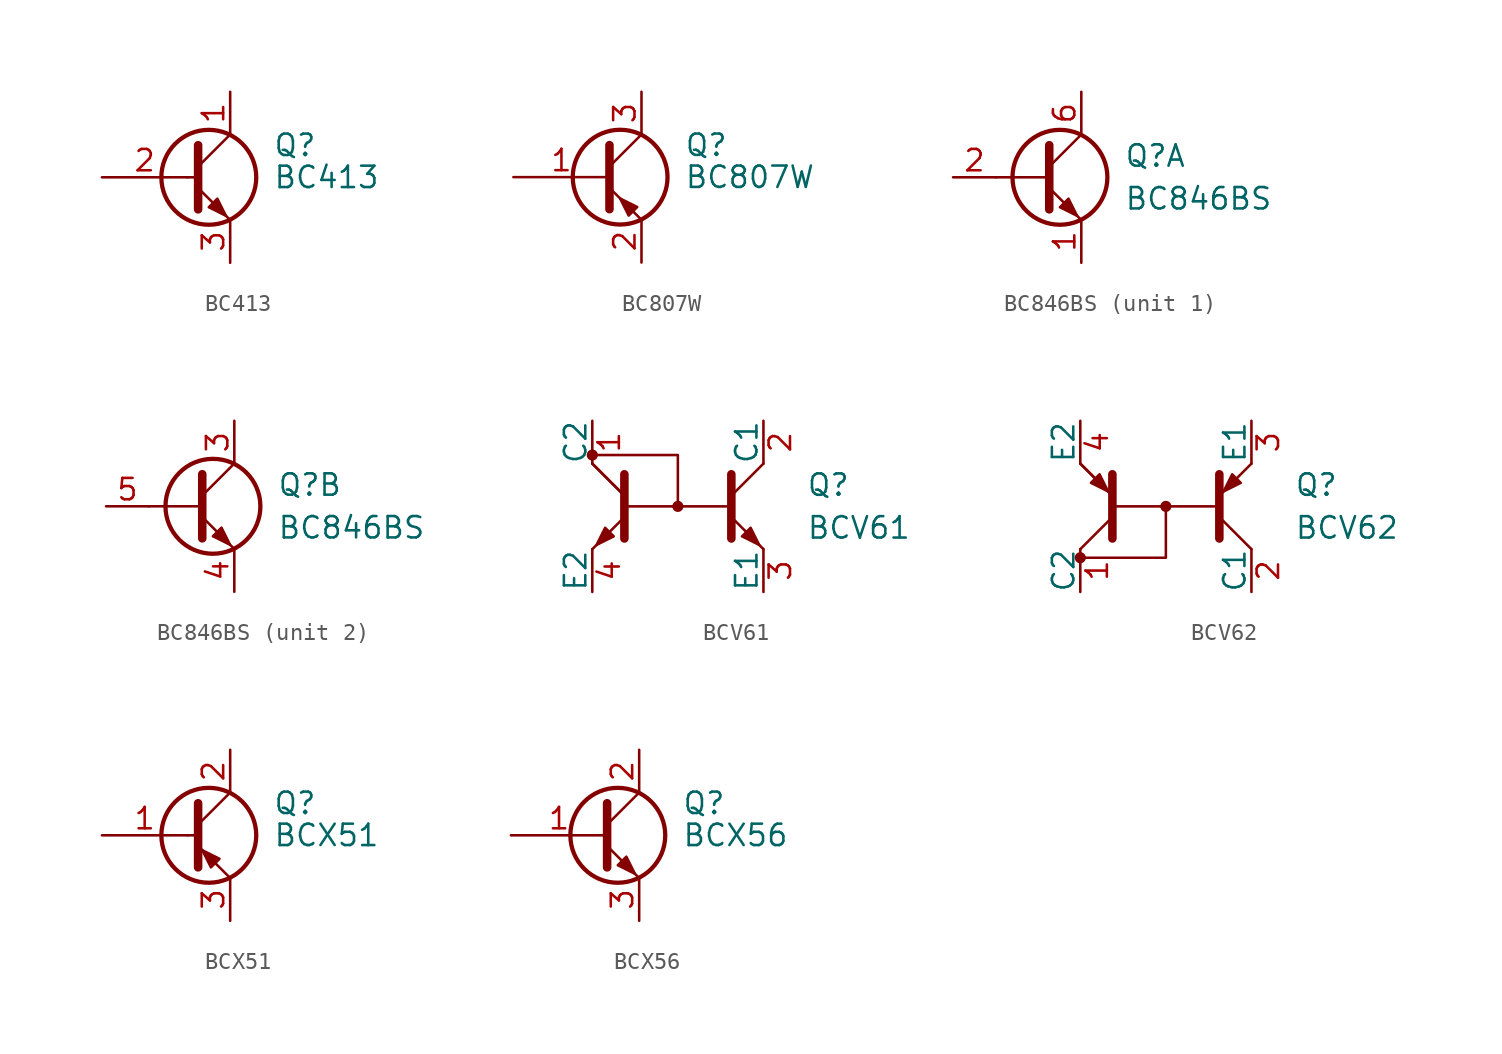
<source format=kicad_sym>
(kicad_symbol_lib
  (version 20241209)
  (generator "kicad_symbol_editor")
  (generator_version "9.0")
  (symbol "BC413"
    (pin_names
      (offset 0)
      (hide yes))
    (property "Reference" "Q"
      (at 5.08 1.905 0)
      (effects (font (size 1.27 1.27)) (justify left)))
    (property "Value" "BC413"
      (at 5.08 0 0)
      (effects (font (size 1.27 1.27)) (justify left)))
    (symbol "BC413_0_1"
      (polyline (pts (xy 0 0) (xy 0.635 0)) (stroke (width 0) (type default)) (fill (type none)))
      (polyline (pts (xy 0.635 1.905) (xy 0.635 -1.905) (xy 0.635 -1.905)) (stroke (width 0.508) (type default)) (fill (type none)))
      (polyline (pts (xy 0.635 0.635) (xy 2.54 2.54)) (stroke (width 0) (type default)) (fill (type none)))
      (polyline (pts (xy 0.635 -0.635) (xy 2.54 -2.54) (xy 2.54 -2.54)) (stroke (width 0) (type default)) (fill (type none)))
      (circle (center 1.27 0) (radius 2.819) (stroke (width 0.254) (type default)) (fill (type none)))
      (polyline (pts (xy 1.27 -1.778) (xy 1.778 -1.27) (xy 2.286 -2.286) (xy 1.27 -1.778) (xy 1.27 -1.778)) (stroke (width 0) (type default)) (fill (type outline))))
    (symbol "BC413_1_1"
      (pin input line (at -5.08 0 0) (length 5.08) (name "B" (effects (font (size 1.27 1.27)))) (number "2" (effects (font (size 1.27 1.27)))))
      (pin passive line (at 2.54 5.08 270) (length 2.54) (name "C" (effects (font (size 1.27 1.27)))) (number "1" (effects (font (size 1.27 1.27)))))
      (pin passive line (at 2.54 -5.08 90) (length 2.54) (name "E" (effects (font (size 1.27 1.27)))) (number "3" (effects (font (size 1.27 1.27)))))))
  (symbol "BC807W"
    (pin_names
      (offset 0)
      (hide yes))
    (property "Reference" "Q"
      (at 5.08 1.905 0)
      (effects (font (size 1.27 1.27)) (justify left)))
    (property "Value" "BC807W"
      (at 5.08 0 0)
      (effects (font (size 1.27 1.27)) (justify left)))
    (symbol "BC807W_0_1"
      (polyline (pts (xy 0.635 1.905) (xy 0.635 -1.905) (xy 0.635 -1.905)) (stroke (width 0.508) (type default)) (fill (type none)))
      (polyline (pts (xy 0.635 0.635) (xy 2.54 2.54)) (stroke (width 0) (type default)) (fill (type none)))
      (polyline (pts (xy 0.635 -0.635) (xy 2.54 -2.54) (xy 2.54 -2.54)) (stroke (width 0) (type default)) (fill (type none)))
      (circle (center 1.27 0) (radius 2.819) (stroke (width 0.254) (type default)) (fill (type none)))
      (polyline (pts (xy 2.286 -1.778) (xy 1.778 -2.286) (xy 1.27 -1.27) (xy 2.286 -1.778) (xy 2.286 -1.778)) (stroke (width 0) (type default)) (fill (type outline))))
    (symbol "BC807W_1_1"
      (pin input line (at -5.08 0 0) (length 5.715) (name "B" (effects (font (size 1.27 1.27)))) (number "1" (effects (font (size 1.27 1.27)))))
      (pin passive line (at 2.54 5.08 270) (length 2.54) (name "C" (effects (font (size 1.27 1.27)))) (number "3" (effects (font (size 1.27 1.27)))))
      (pin passive line (at 2.54 -5.08 90) (length 2.54) (name "E" (effects (font (size 1.27 1.27)))) (number "2" (effects (font (size 1.27 1.27)))))))
  (symbol "BC846BS"
    (pin_names
      (offset 0)
      (hide yes))
    (property "Reference" "Q"
      (at 5.08 1.27 0)
      (effects (font (size 1.27 1.27)) (justify left)))
    (property "Value" "BC846BS"
      (at 5.08 -1.27 0)
      (effects (font (size 1.27 1.27)) (justify left)))
    (property "ki_locked" ""
      (at 0 0 0)
      (effects (font (size 1.27 1.27))))
    (symbol "BC846BS_0_1"
      (polyline (pts (xy 0.635 1.905) (xy 0.635 -1.905) (xy 0.635 -1.905)) (stroke (width 0.508) (type default)) (fill (type none)))
      (polyline (pts (xy 0.635 0.635) (xy 2.54 2.54)) (stroke (width 0) (type default)) (fill (type none)))
      (polyline (pts (xy 0.635 0) (xy -2.54 0)) (stroke (width 0) (type default)) (fill (type none)))
      (polyline (pts (xy 0.635 -0.635) (xy 2.54 -2.54) (xy 2.54 -2.54)) (stroke (width 0) (type default)) (fill (type none)))
      (circle (center 1.27 0) (radius 2.819) (stroke (width 0.254) (type default)) (fill (type none)))
      (polyline (pts (xy 1.27 -1.778) (xy 1.778 -1.27) (xy 2.286 -2.286) (xy 1.27 -1.778) (xy 1.27 -1.778)) (stroke (width 0) (type default)) (fill (type outline))))
    (symbol "BC846BS_1_1"
      (pin input line (at -5.08 0 0) (length 2.54) (name "B1" (effects (font (size 1.27 1.27)))) (number "2" (effects (font (size 1.27 1.27)))))
      (pin passive line (at 2.54 5.08 270) (length 2.54) (name "C1" (effects (font (size 1.27 1.27)))) (number "6" (effects (font (size 1.27 1.27)))))
      (pin passive line (at 2.54 -5.08 90) (length 2.54) (name "E1" (effects (font (size 1.27 1.27)))) (number "1" (effects (font (size 1.27 1.27))))))
    (symbol "BC846BS_2_1"
      (pin input line (at -5.08 0 0) (length 2.54) (name "B2" (effects (font (size 1.27 1.27)))) (number "5" (effects (font (size 1.27 1.27)))))
      (pin passive line (at 2.54 5.08 270) (length 2.54) (name "C2" (effects (font (size 1.27 1.27)))) (number "3" (effects (font (size 1.27 1.27)))))
      (pin passive line (at 2.54 -5.08 90) (length 2.54) (name "E2" (effects (font (size 1.27 1.27)))) (number "4" (effects (font (size 1.27 1.27)))))))
  (symbol "BCV61"
    (pin_names
      (offset 0))
    (property "Reference" "Q"
      (at 7.62 1.27 0)
      (effects (font (size 1.27 1.27)) (justify left)))
    (property "Value" "BCV61"
      (at 7.62 -1.27 0)
      (effects (font (size 1.27 1.27)) (justify left)))
    (symbol "BCV61_0_1"
      (circle (center -5.08 3.048) (radius 0.254) (stroke (width 0) (type default)) (fill (type outline)))
      (polyline (pts (xy -5.08 2.54) (xy -3.175 0.635)) (stroke (width 0) (type default)) (fill (type none)))
      (polyline (pts (xy -5.08 2.54) (xy -3.175 0.635)) (stroke (width 0) (type default)) (fill (type none)))
      (polyline (pts (xy -5.08 -2.54) (xy -3.175 -0.635)) (stroke (width 0) (type default)) (fill (type none)))
      (polyline (pts (xy -3.81 -1.778) (xy -4.318 -1.27) (xy -4.826 -2.286) (xy -3.81 -1.778) (xy -3.81 -1.778)) (stroke (width 0) (type default)) (fill (type outline)))
      (polyline (pts (xy -3.175 -1.905) (xy -3.175 1.905) (xy -3.175 1.905)) (stroke (width 0.508) (type default)) (fill (type outline)))
      (polyline (pts (xy 0 0) (xy 0 3.048) (xy -5.08 3.048)) (stroke (width 0) (type default)) (fill (type none)))
      (circle (center 0 0) (radius 0.254) (stroke (width 0) (type default)) (fill (type outline)))
      (polyline (pts (xy 3.175 0) (xy -3.175 0)) (stroke (width 0) (type default)) (fill (type none)))
      (polyline (pts (xy 3.175 -1.905) (xy 3.175 1.905) (xy 3.175 1.905)) (stroke (width 0.508) (type default)) (fill (type outline)))
      (polyline (pts (xy 3.81 -1.778) (xy 4.318 -1.27) (xy 4.826 -2.286) (xy 3.81 -1.778) (xy 3.81 -1.778)) (stroke (width 0) (type default)) (fill (type outline)))
      (polyline (pts (xy 5.08 2.54) (xy 3.175 0.635)) (stroke (width 0) (type default)) (fill (type none)))
      (polyline (pts (xy 5.08 -2.54) (xy 3.175 -0.635)) (stroke (width 0) (type default)) (fill (type none))))
    (symbol "BCV61_1_1"
      (pin passive line (at -5.08 5.08 270) (length 2.54) (name "C2" (effects (font (size 1.27 1.27)))) (number "1" (effects (font (size 1.27 1.27)))))
      (pin passive line (at -5.08 -5.08 90) (length 2.54) (name "E2" (effects (font (size 1.27 1.27)))) (number "4" (effects (font (size 1.27 1.27)))))
      (pin passive line (at 5.08 5.08 270) (length 2.54) (name "C1" (effects (font (size 1.27 1.27)))) (number "2" (effects (font (size 1.27 1.27)))))
      (pin passive line (at 5.08 -5.08 90) (length 2.54) (name "E1" (effects (font (size 1.27 1.27)))) (number "3" (effects (font (size 1.27 1.27)))))))
  (symbol "BCV62"
    (pin_names
      (offset 0))
    (property "Reference" "Q"
      (at 7.62 1.27 0)
      (effects (font (size 1.27 1.27)) (justify left)))
    (property "Value" "BCV62"
      (at 7.62 -1.27 0)
      (effects (font (size 1.27 1.27)) (justify left)))
    (symbol "BCV62_0_1"
      (polyline (pts (xy -5.08 2.54) (xy -3.175 0.635)) (stroke (width 0) (type default)) (fill (type none)))
      (polyline (pts (xy -5.08 2.54) (xy -3.175 0.635)) (stroke (width 0) (type default)) (fill (type none)))
      (polyline (pts (xy -5.08 -2.54) (xy -3.175 -0.635)) (stroke (width 0) (type default)) (fill (type none)))
      (circle (center -5.08 -3.048) (radius 0.254) (stroke (width 0) (type default)) (fill (type outline)))
      (polyline (pts (xy -3.937 1.905) (xy -4.445 1.397) (xy -3.429 0.889) (xy -3.937 1.905) (xy -3.937 1.905)) (stroke (width 0) (type default)) (fill (type outline)))
      (polyline (pts (xy -3.175 -1.905) (xy -3.175 1.905) (xy -3.175 1.905)) (stroke (width 0.508) (type default)) (fill (type outline)))
      (polyline (pts (xy 0 0) (xy 0 -3.048) (xy -5.08 -3.048)) (stroke (width 0) (type default)) (fill (type none)))
      (circle (center 0 0) (radius 0.254) (stroke (width 0) (type default)) (fill (type outline)))
      (polyline (pts (xy 3.175 0) (xy -3.175 0)) (stroke (width 0) (type default)) (fill (type none)))
      (polyline (pts (xy 3.175 -1.905) (xy 3.175 1.905) (xy 3.175 1.905)) (stroke (width 0.508) (type default)) (fill (type outline)))
      (polyline (pts (xy 3.937 1.905) (xy 4.445 1.397) (xy 3.429 0.889) (xy 3.937 1.905) (xy 3.937 1.905)) (stroke (width 0) (type default)) (fill (type outline)))
      (polyline (pts (xy 5.08 2.54) (xy 3.175 0.635)) (stroke (width 0) (type default)) (fill (type none)))
      (polyline (pts (xy 5.08 -2.54) (xy 3.175 -0.635)) (stroke (width 0) (type default)) (fill (type none))))
    (symbol "BCV62_1_1"
      (pin passive line (at -5.08 5.08 270) (length 2.54) (name "E2" (effects (font (size 1.27 1.27)))) (number "4" (effects (font (size 1.27 1.27)))))
      (pin passive line (at -5.08 -5.08 90) (length 2.54) (name "C2" (effects (font (size 1.27 1.27)))) (number "1" (effects (font (size 1.27 1.27)))))
      (pin passive line (at 5.08 5.08 270) (length 2.54) (name "E1" (effects (font (size 1.27 1.27)))) (number "3" (effects (font (size 1.27 1.27)))))
      (pin passive line (at 5.08 -5.08 90) (length 2.54) (name "C1" (effects (font (size 1.27 1.27)))) (number "2" (effects (font (size 1.27 1.27)))))))
  (symbol "BCX51"
    (pin_names
      (offset 0)
      (hide yes))
    (property "Reference" "Q"
      (at 5.08 1.905 0)
      (effects (font (size 1.27 1.27)) (justify left)))
    (property "Value" "BCX51"
      (at 5.08 0 0)
      (effects (font (size 1.27 1.27)) (justify left)))
    (symbol "BCX51_0_1"
      (polyline (pts (xy 0 0) (xy 0.635 0)) (stroke (width 0) (type default)) (fill (type none)))
      (polyline (pts (xy 0.635 1.905) (xy 0.635 -1.905) (xy 0.635 -1.905)) (stroke (width 0.508) (type default)) (fill (type outline)))
      (circle (center 1.27 0) (radius 2.819) (stroke (width 0.254) (type default)) (fill (type none)))
      (polyline (pts (xy 1.397 -1.905) (xy 1.905 -1.397) (xy 0.889 -0.889) (xy 1.397 -1.905) (xy 1.397 -1.905)) (stroke (width 0) (type default)) (fill (type outline)))
      (polyline (pts (xy 2.54 2.54) (xy 0.635 0.635)) (stroke (width 0) (type default)) (fill (type none)))
      (polyline (pts (xy 2.54 -2.54) (xy 0.635 -0.635)) (stroke (width 0) (type default)) (fill (type none))))
    (symbol "BCX51_1_1"
      (pin input line (at -5.08 0 0) (length 5.08) (name "B" (effects (font (size 1.27 1.27)))) (number "1" (effects (font (size 1.27 1.27)))))
      (pin passive line (at 2.54 5.08 270) (length 2.54) (name "C" (effects (font (size 1.27 1.27)))) (number "2" (effects (font (size 1.27 1.27)))))
      (pin passive line (at 2.54 -5.08 90) (length 2.54) (name "E" (effects (font (size 1.27 1.27)))) (number "3" (effects (font (size 1.27 1.27)))))))
  (symbol "BCX56"
    (pin_names
      (offset 0)
      (hide yes))
    (property "Reference" "Q"
      (at 5.08 1.905 0)
      (effects (font (size 1.27 1.27)) (justify left)))
    (property "Value" "BCX56"
      (at 5.08 0 0)
      (effects (font (size 1.27 1.27)) (justify left)))
    (symbol "BCX56_0_1"
      (polyline (pts (xy 0.635 1.905) (xy 0.635 -1.905) (xy 0.635 -1.905)) (stroke (width 0.508) (type default)) (fill (type none)))
      (polyline (pts (xy 0.635 0.635) (xy 2.54 2.54)) (stroke (width 0) (type default)) (fill (type none)))
      (polyline (pts (xy 0.635 -0.635) (xy 2.54 -2.54) (xy 2.54 -2.54)) (stroke (width 0) (type default)) (fill (type none)))
      (circle (center 1.27 0) (radius 2.819) (stroke (width 0.254) (type default)) (fill (type none)))
      (polyline (pts (xy 1.27 -1.778) (xy 1.778 -1.27) (xy 2.286 -2.286) (xy 1.27 -1.778) (xy 1.27 -1.778)) (stroke (width 0) (type default)) (fill (type outline))))
    (symbol "BCX56_1_1"
      (pin input line (at -5.08 0 0) (length 5.715) (name "B" (effects (font (size 1.27 1.27)))) (number "1" (effects (font (size 1.27 1.27)))))
      (pin passive line (at 2.54 5.08 270) (length 2.54) (name "C" (effects (font (size 1.27 1.27)))) (number "2" (effects (font (size 1.27 1.27)))))
      (pin passive line (at 2.54 -5.08 90) (length 2.54) (name "E" (effects (font (size 1.27 1.27)))) (number "3" (effects (font (size 1.27 1.27))))))))
</source>
